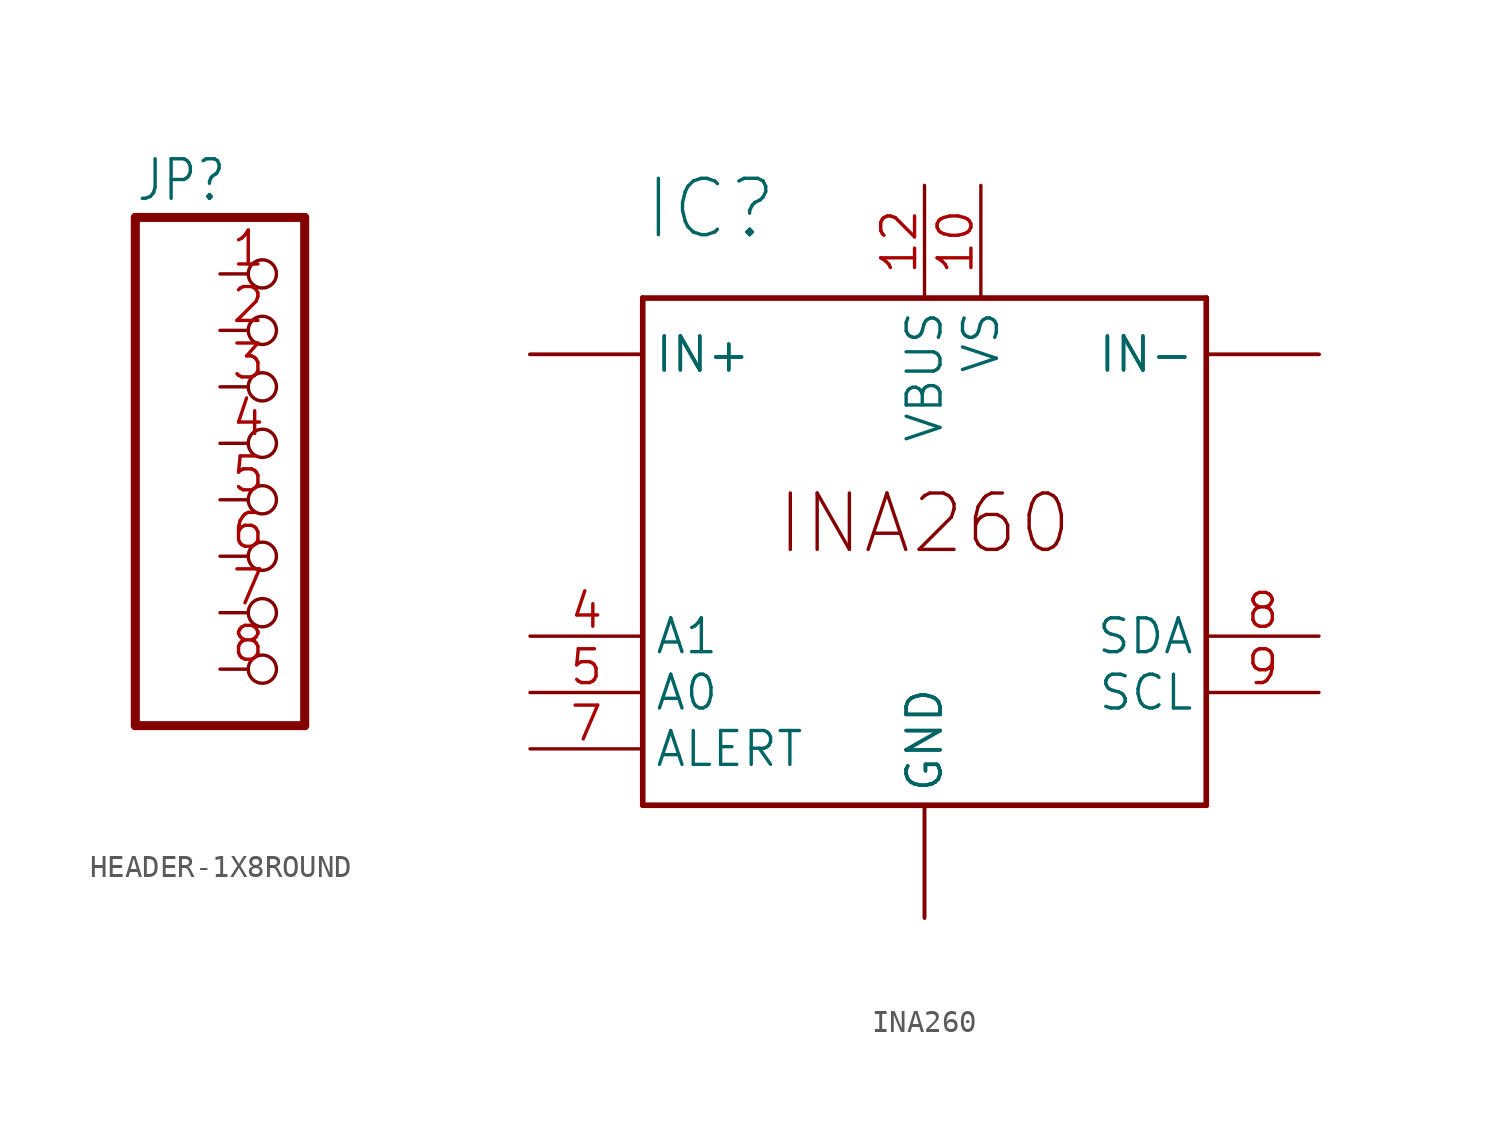
<source format=kicad_sym>
(kicad_symbol_lib
  (version 20241209)
  (generator "kicad_symbol_editor")
  (generator_version "9.0")
  (symbol "HEADER-1X8ROUND"
    (property "Reference" "JP"
      (at -6.35 13.335 0)
      (effects (font (size 1.778 1.511)) (justify left bottom)))
    (property "Value" ""
      (at -6.35 -12.7 0)
      (effects (font (size 1.778 1.511)) (justify left bottom)))
    (property "ki_locked" ""
      (at 0 0 0)
      (effects (font (size 1.27 1.27))))
    (symbol "HEADER-1X8ROUND_1_0"
      (polyline (pts (xy -6.35 12.7) (xy -6.35 -10.16)) (stroke (width 0.406) (type solid)) (fill (type none)))
      (polyline (pts (xy -6.35 -10.16) (xy 1.27 -10.16)) (stroke (width 0.406) (type solid)) (fill (type none)))
      (polyline (pts (xy 1.27 12.7) (xy -6.35 12.7)) (stroke (width 0.406) (type solid)) (fill (type none)))
      (polyline (pts (xy 1.27 -10.16) (xy 1.27 12.7)) (stroke (width 0.406) (type solid)) (fill (type none)))
      (pin passive inverted (at -2.54 10.16 0) (length 2.54) (name "1" (effects (font (size 0 0)))) (number "1" (effects (font (size 1.524 1.524)))))
      (pin passive inverted (at -2.54 7.62 0) (length 2.54) (name "2" (effects (font (size 0 0)))) (number "2" (effects (font (size 1.524 1.524)))))
      (pin passive inverted (at -2.54 5.08 0) (length 2.54) (name "3" (effects (font (size 0 0)))) (number "3" (effects (font (size 1.524 1.524)))))
      (pin passive inverted (at -2.54 2.54 0) (length 2.54) (name "4" (effects (font (size 0 0)))) (number "4" (effects (font (size 1.524 1.524)))))
      (pin passive inverted (at -2.54 0 0) (length 2.54) (name "5" (effects (font (size 0 0)))) (number "5" (effects (font (size 1.524 1.524)))))
      (pin passive inverted (at -2.54 -2.54 0) (length 2.54) (name "6" (effects (font (size 0 0)))) (number "6" (effects (font (size 1.524 1.524)))))
      (pin passive inverted (at -2.54 -5.08 0) (length 2.54) (name "7" (effects (font (size 0 0)))) (number "7" (effects (font (size 1.524 1.524)))))
      (pin passive inverted (at -2.54 -7.62 0) (length 2.54) (name "8" (effects (font (size 0 0)))) (number "8" (effects (font (size 1.524 1.524)))))))
  (symbol "INA260"
    (property "Reference" "IC"
      (at -12.7 12.7 0)
      (effects (font (size 2.54 2.54)) (justify left bottom)))
    (property "ki_locked" ""
      (at 0 0 0)
      (effects (font (size 1.27 1.27))))
    (symbol "INA260_1_0"
      (polyline (pts (xy -12.7 10.16) (xy 12.7 10.16)) (stroke (width 0.254) (type solid)) (fill (type none)))
      (polyline (pts (xy -12.7 -12.7) (xy -12.7 10.16)) (stroke (width 0.254) (type solid)) (fill (type none)))
      (polyline (pts (xy 12.7 10.16) (xy 12.7 -12.7)) (stroke (width 0.254) (type solid)) (fill (type none)))
      (polyline (pts (xy 12.7 -12.7) (xy -12.7 -12.7)) (stroke (width 0.254) (type solid)) (fill (type none)))
      (text "INA260" (at 0 0 0) (effects (font (size 2.54 2.54))))
      (pin bidirectional line (at -17.78 7.62 0) (length 5.08) (name "IN+" (effects (font (size 1.524 1.524)))) (number "1" (effects (font (size 0 0)))))
      (pin bidirectional line (at -17.78 7.62 0) (length 5.08) (name "IN+" (effects (font (size 1.524 1.524)))) (number "2" (effects (font (size 0 0)))))
      (pin bidirectional line (at -17.78 7.62 0) (length 5.08) (name "IN+" (effects (font (size 1.524 1.524)))) (number "3" (effects (font (size 0 0)))))
      (pin input line (at -17.78 -5.08 0) (length 5.08) (name "A1" (effects (font (size 1.524 1.524)))) (number "4" (effects (font (size 1.524 1.524)))))
      (pin input line (at -17.78 -7.62 0) (length 5.08) (name "A0" (effects (font (size 1.524 1.524)))) (number "5" (effects (font (size 1.524 1.524)))))
      (pin output line (at -17.78 -10.16 0) (length 5.08) (name "ALERT" (effects (font (size 1.524 1.524)))) (number "7" (effects (font (size 1.524 1.524)))))
      (pin power_in line (at 0 15.24 270) (length 5.08) (name "VBUS" (effects (font (size 1.524 1.524)))) (number "12" (effects (font (size 1.524 1.524)))))
      (pin power_in line (at 0 -17.78 90) (length 5.08) (name "GND" (effects (font (size 1.524 1.524)))) (number "11" (effects (font (size 0 0)))))
      (pin power_in line (at 0 -17.78 90) (length 5.08) (name "GND" (effects (font (size 1.524 1.524)))) (number "13" (effects (font (size 0 0)))))
      (pin power_in line (at 0 -17.78 90) (length 5.08) (name "GND" (effects (font (size 1.524 1.524)))) (number "6" (effects (font (size 0 0)))))
      (pin power_in line (at 2.54 15.24 270) (length 5.08) (name "VS" (effects (font (size 1.524 1.524)))) (number "10" (effects (font (size 1.524 1.524)))))
      (pin bidirectional line (at 17.78 7.62 180) (length 5.08) (name "IN-" (effects (font (size 1.524 1.524)))) (number "14" (effects (font (size 0 0)))))
      (pin bidirectional line (at 17.78 7.62 180) (length 5.08) (name "IN-" (effects (font (size 1.524 1.524)))) (number "15" (effects (font (size 0 0)))))
      (pin bidirectional line (at 17.78 7.62 180) (length 5.08) (name "IN-" (effects (font (size 1.524 1.524)))) (number "16" (effects (font (size 0 0)))))
      (pin bidirectional line (at 17.78 -5.08 180) (length 5.08) (name "SDA" (effects (font (size 1.524 1.524)))) (number "8" (effects (font (size 1.524 1.524)))))
      (pin bidirectional line (at 17.78 -7.62 180) (length 5.08) (name "SCL" (effects (font (size 1.524 1.524)))) (number "9" (effects (font (size 1.524 1.524))))))))
</source>
